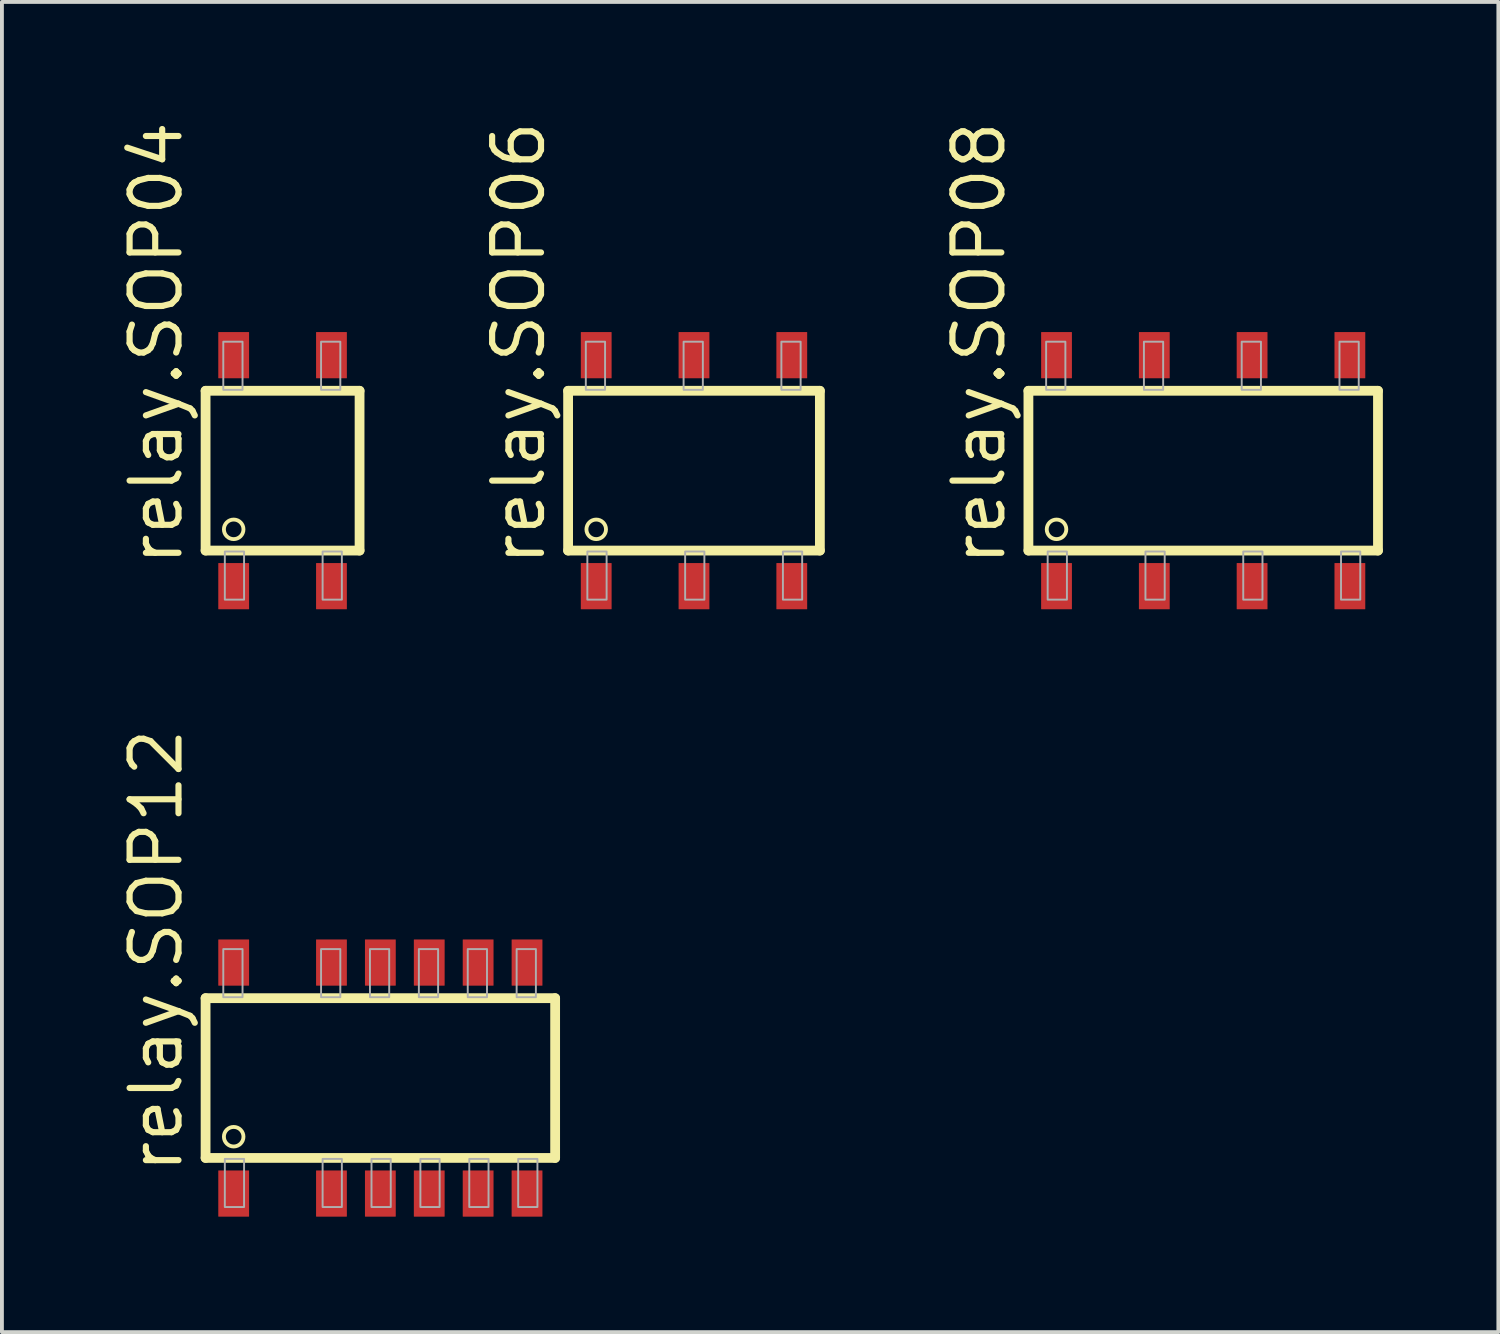
<source format=kicad_pcb>
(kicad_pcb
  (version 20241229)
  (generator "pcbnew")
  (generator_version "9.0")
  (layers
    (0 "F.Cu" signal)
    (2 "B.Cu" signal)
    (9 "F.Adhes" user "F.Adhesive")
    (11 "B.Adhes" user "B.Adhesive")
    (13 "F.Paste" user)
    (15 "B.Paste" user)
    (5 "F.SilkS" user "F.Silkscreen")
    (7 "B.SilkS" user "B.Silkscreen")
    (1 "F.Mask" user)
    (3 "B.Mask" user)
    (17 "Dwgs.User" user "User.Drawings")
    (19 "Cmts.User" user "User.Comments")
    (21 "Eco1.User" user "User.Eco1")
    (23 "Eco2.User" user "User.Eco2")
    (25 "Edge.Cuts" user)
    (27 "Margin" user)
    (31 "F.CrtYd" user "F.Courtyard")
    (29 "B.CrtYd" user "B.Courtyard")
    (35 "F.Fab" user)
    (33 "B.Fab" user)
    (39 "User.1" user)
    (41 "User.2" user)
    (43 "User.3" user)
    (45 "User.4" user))
  (footprint "relay.SOP08"
    (layer "F.Cu")
    (at 28.204 9.176)
    (property "Reference" "relay.SOP08" (at -5.08 2.54 90) (layer "F.SilkS") (effects (font (size 1.27 1.27) (thickness 0.16)) (justify left bottom)))
    (attr smd)
    (fp_line (start -4.54 -2.075) (end 4.54 -2.075) (stroke (width 0.254) (type default)) (layer "F.SilkS"))
    (fp_line (start -4.54 2.075) (end -4.54 -2.075) (stroke (width 0.254) (type default)) (layer "F.SilkS"))
    (fp_line (start 4.54 -2.075) (end 4.54 2.075) (stroke (width 0.254) (type default)) (layer "F.SilkS"))
    (fp_line (start 4.54 2.075) (end -4.54 2.075) (stroke (width 0.254) (type default)) (layer "F.SilkS"))
    (fp_circle (center -3.81 1.524) (end -3.556 1.524) (stroke (width 0.1) (type default)) (fill no) (layer "F.SilkS"))
    (fp_rect (start -4.08 -2.1) (end -3.58 -3.35) (stroke (width 0.05) (type default)) (fill no) (layer "F.Fab"))
    (fp_rect (start -4.04 3.35) (end -3.54 2.1) (stroke (width 0.05) (type default)) (fill no) (layer "F.Fab"))
    (fp_rect (start -1.54 -2.1) (end -1.04 -3.35) (stroke (width 0.05) (type default)) (fill no) (layer "F.Fab"))
    (fp_rect (start -1.5 3.35) (end -1 2.1) (stroke (width 0.05) (type default)) (fill no) (layer "F.Fab"))
    (fp_rect (start 1 -2.1) (end 1.5 -3.35) (stroke (width 0.05) (type default)) (fill no) (layer "F.Fab"))
    (fp_rect (start 1.04 3.35) (end 1.54 2.1) (stroke (width 0.05) (type default)) (fill no) (layer "F.Fab"))
    (fp_rect (start 3.54 -2.1) (end 4.04 -3.35) (stroke (width 0.05) (type default)) (fill no) (layer "F.Fab"))
    (fp_rect (start 3.58 3.35) (end 4.08 2.1) (stroke (width 0.05) (type default)) (fill no) (layer "F.Fab"))
    (pad "1" smd roundrect (at -3.81 3) (size 0.8 1.2) (layers "F.Cu" "F.Mask" "F.Paste") (roundrect_rratio 0.01))
    (pad "2" smd roundrect (at -1.27 3) (size 0.8 1.2) (layers "F.Cu" "F.Mask" "F.Paste") (roundrect_rratio 0.01))
    (pad "3" smd roundrect (at 1.27 3) (size 0.8 1.2) (layers "F.Cu" "F.Mask" "F.Paste") (roundrect_rratio 0.01))
    (pad "4" smd roundrect (at 3.81 3) (size 0.8 1.2) (layers "F.Cu" "F.Mask" "F.Paste") (roundrect_rratio 0.01))
    (pad "5" smd roundrect (at 3.81 -3) (size 0.8 1.2) (layers "F.Cu" "F.Mask" "F.Paste") (roundrect_rratio 0.01))
    (pad "6" smd roundrect (at 1.27 -3) (size 0.8 1.2) (layers "F.Cu" "F.Mask" "F.Paste") (roundrect_rratio 0.01))
    (pad "7" smd roundrect (at -1.27 -3) (size 0.8 1.2) (layers "F.Cu" "F.Mask" "F.Paste") (roundrect_rratio 0.01))
    (pad "8" smd roundrect (at -3.81 -3) (size 0.8 1.2) (layers "F.Cu" "F.Mask" "F.Paste") (roundrect_rratio 0.01)))
  (footprint "relay.SOP12"
    (layer "F.Cu")
    (at 6.83 24.953)
    (property "Reference" "relay.SOP12" (at -5.08 2.54 90) (layer "F.SilkS") (effects (font (size 1.27 1.27) (thickness 0.16)) (justify left bottom)))
    (attr smd)
    (fp_line (start -4.54 -2.075) (end 4.54 -2.075) (stroke (width 0.254) (type default)) (layer "F.SilkS"))
    (fp_line (start -4.54 2.075) (end -4.54 -2.075) (stroke (width 0.254) (type default)) (layer "F.SilkS"))
    (fp_line (start 4.54 -2.075) (end 4.54 2.075) (stroke (width 0.254) (type default)) (layer "F.SilkS"))
    (fp_line (start 4.54 2.075) (end -4.54 2.075) (stroke (width 0.254) (type default)) (layer "F.SilkS"))
    (fp_circle (center -3.81 1.524) (end -3.556 1.524) (stroke (width 0.1) (type default)) (fill no) (layer "F.SilkS"))
    (fp_rect (start -4.08 -2.1) (end -3.58 -3.35) (stroke (width 0.05) (type default)) (fill no) (layer "F.Fab"))
    (fp_rect (start -4.04 3.35) (end -3.54 2.1) (stroke (width 0.05) (type default)) (fill no) (layer "F.Fab"))
    (fp_rect (start -1.54 -2.1) (end -1.04 -3.35) (stroke (width 0.05) (type default)) (fill no) (layer "F.Fab"))
    (fp_rect (start -1.5 3.35) (end -1 2.1) (stroke (width 0.05) (type default)) (fill no) (layer "F.Fab"))
    (fp_rect (start -0.27 -2.1) (end 0.23 -3.35) (stroke (width 0.05) (type default)) (fill no) (layer "F.Fab"))
    (fp_rect (start -0.23 3.35) (end 0.27 2.1) (stroke (width 0.05) (type default)) (fill no) (layer "F.Fab"))
    (fp_rect (start 1 -2.1) (end 1.5 -3.35) (stroke (width 0.05) (type default)) (fill no) (layer "F.Fab"))
    (fp_rect (start 1.04 3.35) (end 1.54 2.1) (stroke (width 0.05) (type default)) (fill no) (layer "F.Fab"))
    (fp_rect (start 2.27 -2.1) (end 2.77 -3.35) (stroke (width 0.05) (type default)) (fill no) (layer "F.Fab"))
    (fp_rect (start 2.31 3.35) (end 2.81 2.1) (stroke (width 0.05) (type default)) (fill no) (layer "F.Fab"))
    (fp_rect (start 3.54 -2.1) (end 4.04 -3.35) (stroke (width 0.05) (type default)) (fill no) (layer "F.Fab"))
    (fp_rect (start 3.58 3.35) (end 4.08 2.1) (stroke (width 0.05) (type default)) (fill no) (layer "F.Fab"))
    (pad "1" smd roundrect (at -3.81 3) (size 0.8 1.2) (layers "F.Cu" "F.Mask" "F.Paste") (roundrect_rratio 0.01))
    (pad "2" smd roundrect (at -1.27 3) (size 0.8 1.2) (layers "F.Cu" "F.Mask" "F.Paste") (roundrect_rratio 0.01))
    (pad "3" smd roundrect (at 0 3) (size 0.8 1.2) (layers "F.Cu" "F.Mask" "F.Paste") (roundrect_rratio 0.01))
    (pad "4" smd roundrect (at 1.27 3) (size 0.8 1.2) (layers "F.Cu" "F.Mask" "F.Paste") (roundrect_rratio 0.01))
    (pad "5" smd roundrect (at 2.54 3) (size 0.8 1.2) (layers "F.Cu" "F.Mask" "F.Paste") (roundrect_rratio 0.01))
    (pad "6" smd roundrect (at 3.81 3) (size 0.8 1.2) (layers "F.Cu" "F.Mask" "F.Paste") (roundrect_rratio 0.01))
    (pad "7" smd roundrect (at 3.81 -3) (size 0.8 1.2) (layers "F.Cu" "F.Mask" "F.Paste") (roundrect_rratio 0.01))
    (pad "8" smd roundrect (at 2.54 -3) (size 0.8 1.2) (layers "F.Cu" "F.Mask" "F.Paste") (roundrect_rratio 0.01))
    (pad "9" smd roundrect (at 1.27 -3) (size 0.8 1.2) (layers "F.Cu" "F.Mask" "F.Paste") (roundrect_rratio 0.01))
    (pad "10" smd roundrect (at 0 -3) (size 0.8 1.2) (layers "F.Cu" "F.Mask" "F.Paste") (roundrect_rratio 0.01))
    (pad "11" smd roundrect (at -1.27 -3) (size 0.8 1.2) (layers "F.Cu" "F.Mask" "F.Paste") (roundrect_rratio 0.01))
    (pad "12" smd roundrect (at -3.81 -3) (size 0.8 1.2) (layers "F.Cu" "F.Mask" "F.Paste") (roundrect_rratio 0.01)))
  (footprint "relay.SOP04"
    (layer "F.Cu")
    (at 4.29 9.176)
    (property "Reference" "relay.SOP04" (at -2.54 2.54 90) (layer "F.SilkS") (effects (font (size 1.27 1.27) (thickness 0.16)) (justify left bottom)))
    (attr smd)
    (fp_line (start -2 -2.075) (end 2 -2.075) (stroke (width 0.254) (type default)) (layer "F.SilkS"))
    (fp_line (start -2 2.075) (end -2 -2.075) (stroke (width 0.254) (type default)) (layer "F.SilkS"))
    (fp_line (start 2 -2.075) (end 2 2.075) (stroke (width 0.254) (type default)) (layer "F.SilkS"))
    (fp_line (start 2 2.075) (end -2 2.075) (stroke (width 0.254) (type default)) (layer "F.SilkS"))
    (fp_circle (center -1.27 1.524) (end -1.016 1.524) (stroke (width 0.1) (type default)) (fill no) (layer "F.SilkS"))
    (fp_rect (start -1.54 -2.1) (end -1.04 -3.35) (stroke (width 0.05) (type default)) (fill no) (layer "F.Fab"))
    (fp_rect (start -1.5 3.35) (end -1 2.1) (stroke (width 0.05) (type default)) (fill no) (layer "F.Fab"))
    (fp_rect (start 1 -2.1) (end 1.5 -3.35) (stroke (width 0.05) (type default)) (fill no) (layer "F.Fab"))
    (fp_rect (start 1.04 3.35) (end 1.54 2.1) (stroke (width 0.05) (type default)) (fill no) (layer "F.Fab"))
    (pad "1" smd roundrect (at -1.27 3) (size 0.8 1.2) (layers "F.Cu" "F.Mask" "F.Paste") (roundrect_rratio 0.01))
    (pad "2" smd roundrect (at 1.27 3) (size 0.8 1.2) (layers "F.Cu" "F.Mask" "F.Paste") (roundrect_rratio 0.01))
    (pad "3" smd roundrect (at 1.27 -3) (size 0.8 1.2) (layers "F.Cu" "F.Mask" "F.Paste") (roundrect_rratio 0.01))
    (pad "4" smd roundrect (at -1.27 -3) (size 0.8 1.2) (layers "F.Cu" "F.Mask" "F.Paste") (roundrect_rratio 0.01)))
  (footprint "relay.SOP06"
    (layer "F.Cu")
    (at 14.977 9.176)
    (property "Reference" "relay.SOP06" (at -3.81 2.54 90) (layer "F.SilkS") (effects (font (size 1.27 1.27) (thickness 0.16)) (justify left bottom)))
    (attr smd)
    (fp_line (start -3.27 -2.075) (end 3.27 -2.075) (stroke (width 0.254) (type default)) (layer "F.SilkS"))
    (fp_line (start -3.27 2.075) (end -3.27 -2.075) (stroke (width 0.254) (type default)) (layer "F.SilkS"))
    (fp_line (start 3.27 -2.075) (end 3.27 2.075) (stroke (width 0.254) (type default)) (layer "F.SilkS"))
    (fp_line (start 3.27 2.075) (end -3.27 2.075) (stroke (width 0.254) (type default)) (layer "F.SilkS"))
    (fp_circle (center -2.54 1.524) (end -2.286 1.524) (stroke (width 0.1) (type default)) (fill no) (layer "F.SilkS"))
    (fp_rect (start -2.81 -2.1) (end -2.31 -3.35) (stroke (width 0.05) (type default)) (fill no) (layer "F.Fab"))
    (fp_rect (start -2.77 3.35) (end -2.27 2.1) (stroke (width 0.05) (type default)) (fill no) (layer "F.Fab"))
    (fp_rect (start -0.27 -2.1) (end 0.23 -3.35) (stroke (width 0.05) (type default)) (fill no) (layer "F.Fab"))
    (fp_rect (start -0.23 3.35) (end 0.27 2.1) (stroke (width 0.05) (type default)) (fill no) (layer "F.Fab"))
    (fp_rect (start 2.27 -2.1) (end 2.77 -3.35) (stroke (width 0.05) (type default)) (fill no) (layer "F.Fab"))
    (fp_rect (start 2.31 3.35) (end 2.81 2.1) (stroke (width 0.05) (type default)) (fill no) (layer "F.Fab"))
    (pad "1" smd roundrect (at -2.54 3) (size 0.8 1.2) (layers "F.Cu" "F.Mask" "F.Paste") (roundrect_rratio 0.01))
    (pad "2" smd roundrect (at 0 3) (size 0.8 1.2) (layers "F.Cu" "F.Mask" "F.Paste") (roundrect_rratio 0.01))
    (pad "3" smd roundrect (at 2.54 3) (size 0.8 1.2) (layers "F.Cu" "F.Mask" "F.Paste") (roundrect_rratio 0.01))
    (pad "4" smd roundrect (at 2.54 -3) (size 0.8 1.2) (layers "F.Cu" "F.Mask" "F.Paste") (roundrect_rratio 0.01))
    (pad "5" smd roundrect (at 0 -3) (size 0.8 1.2) (layers "F.Cu" "F.Mask" "F.Paste") (roundrect_rratio 0.01))
    (pad "6" smd roundrect (at -2.54 -3) (size 0.8 1.2) (layers "F.Cu" "F.Mask" "F.Paste") (roundrect_rratio 0.01)))
  (gr_rect
    (start -3 -3)
    (end 35.871 31.553)
    (stroke (width 0.1) (type default))
    (fill no)
    (layer "Edge.Cuts")))
</source>
